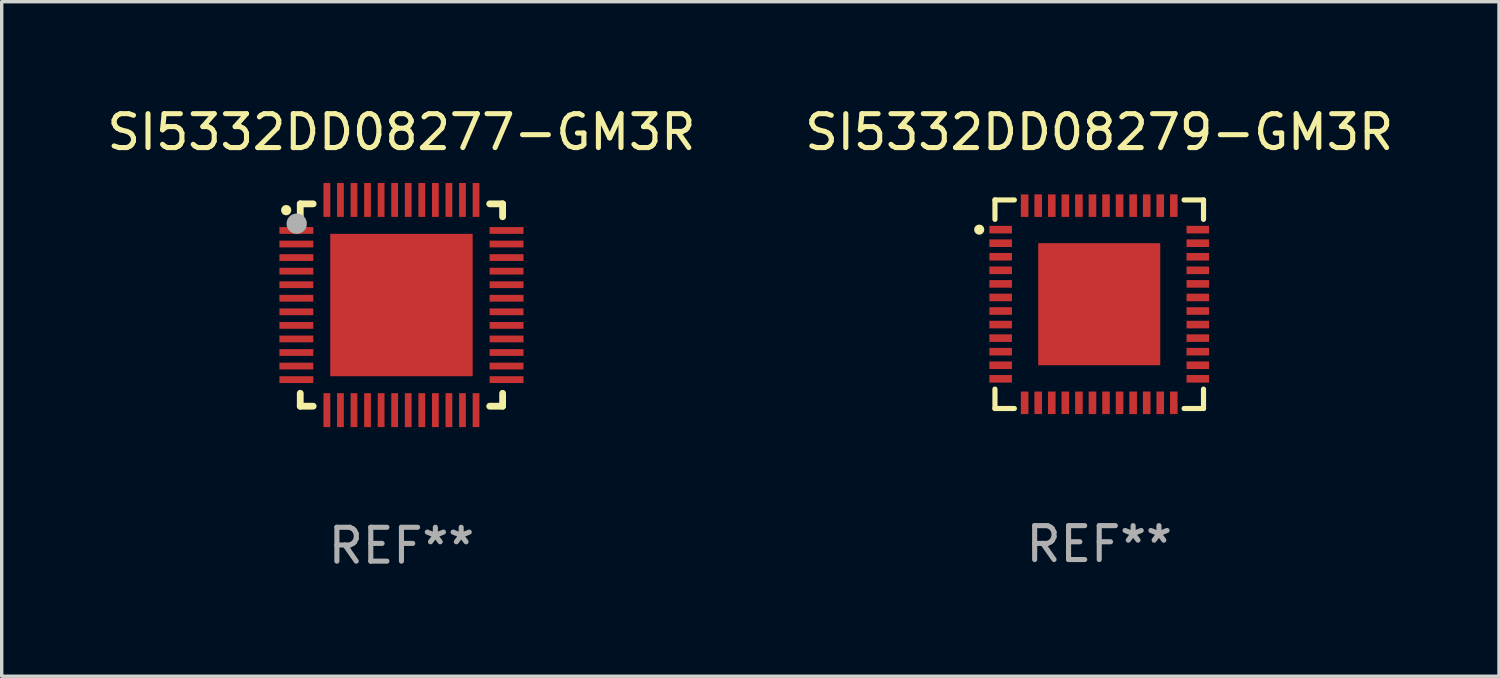
<source format=kicad_pcb>
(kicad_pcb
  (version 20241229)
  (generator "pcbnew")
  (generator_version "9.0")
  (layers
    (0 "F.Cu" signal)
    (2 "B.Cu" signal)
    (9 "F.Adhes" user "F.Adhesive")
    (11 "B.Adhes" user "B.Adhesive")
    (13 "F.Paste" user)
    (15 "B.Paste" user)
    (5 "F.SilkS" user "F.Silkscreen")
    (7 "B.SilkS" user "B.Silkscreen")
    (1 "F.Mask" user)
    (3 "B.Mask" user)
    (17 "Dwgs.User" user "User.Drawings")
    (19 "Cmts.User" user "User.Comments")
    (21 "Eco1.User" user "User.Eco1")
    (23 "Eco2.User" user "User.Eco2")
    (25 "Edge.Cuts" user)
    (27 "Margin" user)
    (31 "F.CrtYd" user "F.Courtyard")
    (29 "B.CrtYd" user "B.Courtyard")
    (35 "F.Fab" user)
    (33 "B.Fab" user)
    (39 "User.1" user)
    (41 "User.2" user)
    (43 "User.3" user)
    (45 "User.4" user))
  (footprint "SI5332DD08279-GM3R"
    (layer "F.Cu")
    (at 29.375 5.924)
    (property "Reference" "SI5332DD08279-GM3R" (at 0 -5.076 0) (layer "F.SilkS") (effects (font (size 1 1) (thickness 0.15))))
    (attr through_hole)
    (fp_line (start -3.076 -3.076) (end -3.076 -2.503) (stroke (width 0.152) (type solid)) (layer "F.SilkS"))
    (fp_line (start -3.076 3.076) (end -3.076 2.503) (stroke (width 0.152) (type solid)) (layer "F.SilkS"))
    (fp_line (start -2.503 -3.076) (end -3.076 -3.076) (stroke (width 0.152) (type solid)) (layer "F.SilkS"))
    (fp_line (start -2.503 3.076) (end -3.076 3.076) (stroke (width 0.152) (type solid)) (layer "F.SilkS"))
    (fp_line (start 2.503 -3.076) (end 3.076 -3.076) (stroke (width 0.152) (type solid)) (layer "F.SilkS"))
    (fp_line (start 2.503 3.076) (end 3.076 3.076) (stroke (width 0.152) (type solid)) (layer "F.SilkS"))
    (fp_line (start 3.076 -3.076) (end 3.076 -2.503) (stroke (width 0.152) (type solid)) (layer "F.SilkS"))
    (fp_line (start 3.076 3.076) (end 3.076 2.503) (stroke (width 0.152) (type solid)) (layer "F.SilkS"))
    (fp_circle (center -3.54 -2.2) (end -3.465 -2.2) (stroke (width 0.15) (type solid)) (fill no) (layer "F.SilkS"))
    (fp_text user "REF**" (at 0 7.076 0) (layer "F.Fab") (effects (font (size 1 1) (thickness 0.15))))
    (pad "1" smd rect (at -2.908 -2.2) (size 0.665 0.224) (layers "F.Cu" "F.Mask" "F.Paste"))
    (pad "2" smd rect (at -2.908 -1.8) (size 0.665 0.224) (layers "F.Cu" "F.Mask" "F.Paste"))
    (pad "3" smd rect (at -2.908 -1.4) (size 0.665 0.224) (layers "F.Cu" "F.Mask" "F.Paste"))
    (pad "4" smd rect (at -2.908 -1) (size 0.665 0.224) (layers "F.Cu" "F.Mask" "F.Paste"))
    (pad "5" smd rect (at -2.908 -0.6) (size 0.665 0.224) (layers "F.Cu" "F.Mask" "F.Paste"))
    (pad "6" smd rect (at -2.908 -0.2) (size 0.665 0.224) (layers "F.Cu" "F.Mask" "F.Paste"))
    (pad "7" smd rect (at -2.908 0.2) (size 0.665 0.224) (layers "F.Cu" "F.Mask" "F.Paste"))
    (pad "8" smd rect (at -2.908 0.6) (size 0.665 0.224) (layers "F.Cu" "F.Mask" "F.Paste"))
    (pad "9" smd rect (at -2.908 1) (size 0.665 0.224) (layers "F.Cu" "F.Mask" "F.Paste"))
    (pad "10" smd rect (at -2.908 1.4) (size 0.665 0.224) (layers "F.Cu" "F.Mask" "F.Paste"))
    (pad "11" smd rect (at -2.908 1.8) (size 0.665 0.224) (layers "F.Cu" "F.Mask" "F.Paste"))
    (pad "12" smd rect (at -2.908 2.2) (size 0.665 0.224) (layers "F.Cu" "F.Mask" "F.Paste"))
    (pad "13" smd rect (at -2.2 2.908) (size 0.224 0.665) (layers "F.Cu" "F.Mask" "F.Paste"))
    (pad "14" smd rect (at -1.8 2.908) (size 0.224 0.665) (layers "F.Cu" "F.Mask" "F.Paste"))
    (pad "15" smd rect (at -1.4 2.908) (size 0.224 0.665) (layers "F.Cu" "F.Mask" "F.Paste"))
    (pad "16" smd rect (at -1 2.908) (size 0.224 0.665) (layers "F.Cu" "F.Mask" "F.Paste"))
    (pad "17" smd rect (at -0.6 2.908) (size 0.224 0.665) (layers "F.Cu" "F.Mask" "F.Paste"))
    (pad "18" smd rect (at -0.2 2.908) (size 0.224 0.665) (layers "F.Cu" "F.Mask" "F.Paste"))
    (pad "19" smd rect (at 0.2 2.908) (size 0.224 0.665) (layers "F.Cu" "F.Mask" "F.Paste"))
    (pad "20" smd rect (at 0.6 2.908) (size 0.224 0.665) (layers "F.Cu" "F.Mask" "F.Paste"))
    (pad "21" smd rect (at 1 2.908) (size 0.224 0.665) (layers "F.Cu" "F.Mask" "F.Paste"))
    (pad "22" smd rect (at 1.4 2.908) (size 0.224 0.665) (layers "F.Cu" "F.Mask" "F.Paste"))
    (pad "23" smd rect (at 1.8 2.908) (size 0.224 0.665) (layers "F.Cu" "F.Mask" "F.Paste"))
    (pad "24" smd rect (at 2.2 2.908) (size 0.224 0.665) (layers "F.Cu" "F.Mask" "F.Paste"))
    (pad "25" smd rect (at 2.908 2.2) (size 0.665 0.224) (layers "F.Cu" "F.Mask" "F.Paste"))
    (pad "26" smd rect (at 2.908 1.8) (size 0.665 0.224) (layers "F.Cu" "F.Mask" "F.Paste"))
    (pad "27" smd rect (at 2.908 1.4) (size 0.665 0.224) (layers "F.Cu" "F.Mask" "F.Paste"))
    (pad "28" smd rect (at 2.908 1) (size 0.665 0.224) (layers "F.Cu" "F.Mask" "F.Paste"))
    (pad "29" smd rect (at 2.908 0.6) (size 0.665 0.224) (layers "F.Cu" "F.Mask" "F.Paste"))
    (pad "30" smd rect (at 2.908 0.2) (size 0.665 0.224) (layers "F.Cu" "F.Mask" "F.Paste"))
    (pad "31" smd rect (at 2.908 -0.2) (size 0.665 0.224) (layers "F.Cu" "F.Mask" "F.Paste"))
    (pad "32" smd rect (at 2.908 -0.6) (size 0.665 0.224) (layers "F.Cu" "F.Mask" "F.Paste"))
    (pad "33" smd rect (at 2.908 -1) (size 0.665 0.224) (layers "F.Cu" "F.Mask" "F.Paste"))
    (pad "34" smd rect (at 2.908 -1.4) (size 0.665 0.224) (layers "F.Cu" "F.Mask" "F.Paste"))
    (pad "35" smd rect (at 2.908 -1.8) (size 0.665 0.224) (layers "F.Cu" "F.Mask" "F.Paste"))
    (pad "36" smd rect (at 2.908 -2.2) (size 0.665 0.224) (layers "F.Cu" "F.Mask" "F.Paste"))
    (pad "37" smd rect (at 2.2 -2.908) (size 0.224 0.665) (layers "F.Cu" "F.Mask" "F.Paste"))
    (pad "38" smd rect (at 1.8 -2.908) (size 0.224 0.665) (layers "F.Cu" "F.Mask" "F.Paste"))
    (pad "39" smd rect (at 1.4 -2.908) (size 0.224 0.665) (layers "F.Cu" "F.Mask" "F.Paste"))
    (pad "40" smd rect (at 1 -2.908) (size 0.224 0.665) (layers "F.Cu" "F.Mask" "F.Paste"))
    (pad "41" smd rect (at 0.6 -2.908) (size 0.224 0.665) (layers "F.Cu" "F.Mask" "F.Paste"))
    (pad "42" smd rect (at 0.2 -2.908) (size 0.224 0.665) (layers "F.Cu" "F.Mask" "F.Paste"))
    (pad "43" smd rect (at -0.2 -2.908) (size 0.224 0.665) (layers "F.Cu" "F.Mask" "F.Paste"))
    (pad "44" smd rect (at -0.6 -2.908) (size 0.224 0.665) (layers "F.Cu" "F.Mask" "F.Paste"))
    (pad "45" smd rect (at -1 -2.908) (size 0.224 0.665) (layers "F.Cu" "F.Mask" "F.Paste"))
    (pad "46" smd rect (at -1.4 -2.908) (size 0.224 0.665) (layers "F.Cu" "F.Mask" "F.Paste"))
    (pad "47" smd rect (at -1.8 -2.908) (size 0.224 0.665) (layers "F.Cu" "F.Mask" "F.Paste"))
    (pad "48" smd rect (at -2.2 -2.908) (size 0.224 0.665) (layers "F.Cu" "F.Mask" "F.Paste"))
    (pad "49" smd rect (at 0 0) (size 3.6 3.6) (layers "F.Cu" "F.Mask" "F.Paste")))
  (footprint "SI5332DD08277-GM3R"
    (layer "F.Cu")
    (at 8.792 5.948)
    (property "Reference" "SI5332DD08277-GM3R" (at 0 -5.1 0) (layer "F.SilkS") (effects (font (size 1 1) (thickness 0.15))))
    (attr through_hole)
    (fp_line (start -2.985 -2.985) (end -2.604 -2.985) (stroke (width 0.2) (type solid)) (layer "F.SilkS"))
    (fp_line (start -2.985 -2.604) (end -2.985 -2.985) (stroke (width 0.2) (type solid)) (layer "F.SilkS"))
    (fp_line (start -2.985 2.984) (end -2.985 2.603) (stroke (width 0.2) (type solid)) (layer "F.SilkS"))
    (fp_line (start -2.604 2.984) (end -2.985 2.984) (stroke (width 0.2) (type solid)) (layer "F.SilkS"))
    (fp_line (start 2.603 -2.985) (end 2.984 -2.985) (stroke (width 0.2) (type solid)) (layer "F.SilkS"))
    (fp_line (start 2.984 -2.985) (end 2.984 -2.604) (stroke (width 0.2) (type solid)) (layer "F.SilkS"))
    (fp_line (start 2.984 2.603) (end 2.984 2.984) (stroke (width 0.2) (type solid)) (layer "F.SilkS"))
    (fp_line (start 2.984 2.984) (end 2.603 2.984) (stroke (width 0.2) (type solid)) (layer "F.SilkS"))
    (fp_arc (start -3.400076 -2.797562) (mid -3.400081 -2.798806) (end -3.400076 -2.800051) (stroke (width 0.3) (type solid)) (layer "F.SilkS"))
    (fp_circle (center -3 -3) (end -2.97 -3) (stroke (width 0.06) (type solid)) (fill no) (layer "F.SilkS"))
    (fp_circle (center -3.09 -2.4) (end -2.94 -2.4) (stroke (width 0.3) (type solid)) (fill no) (layer "F.Fab"))
    (fp_text user "REF**" (at 0 7.1 0) (layer "F.Fab") (effects (font (size 1 1) (thickness 0.15))))
    (pad "1" smd rect (at -3.1 -2.2) (size 1 0.2) (layers "F.Cu" "F.Mask" "F.Paste"))
    (pad "2" smd rect (at -3.1 -1.8) (size 1 0.2) (layers "F.Cu" "F.Mask" "F.Paste"))
    (pad "3" smd rect (at -3.1 -1.4) (size 1 0.2) (layers "F.Cu" "F.Mask" "F.Paste"))
    (pad "4" smd rect (at -3.1 -1) (size 1 0.2) (layers "F.Cu" "F.Mask" "F.Paste"))
    (pad "5" smd rect (at -3.1 -0.6) (size 1 0.2) (layers "F.Cu" "F.Mask" "F.Paste"))
    (pad "6" smd rect (at -3.1 -0.2) (size 1 0.2) (layers "F.Cu" "F.Mask" "F.Paste"))
    (pad "7" smd rect (at -3.1 0.2) (size 1 0.2) (layers "F.Cu" "F.Mask" "F.Paste"))
    (pad "8" smd rect (at -3.1 0.6) (size 1 0.2) (layers "F.Cu" "F.Mask" "F.Paste"))
    (pad "9" smd rect (at -3.1 1) (size 1 0.2) (layers "F.Cu" "F.Mask" "F.Paste"))
    (pad "10" smd rect (at -3.1 1.4) (size 1 0.2) (layers "F.Cu" "F.Mask" "F.Paste"))
    (pad "11" smd rect (at -3.1 1.8) (size 1 0.2) (layers "F.Cu" "F.Mask" "F.Paste"))
    (pad "12" smd rect (at -3.1 2.2) (size 1 0.2) (layers "F.Cu" "F.Mask" "F.Paste"))
    (pad "13" smd rect (at -2.2 3.1) (size 0.2 1) (layers "F.Cu" "F.Mask" "F.Paste"))
    (pad "14" smd rect (at -1.8 3.1) (size 0.2 1) (layers "F.Cu" "F.Mask" "F.Paste"))
    (pad "15" smd rect (at -1.4 3.1) (size 0.2 1) (layers "F.Cu" "F.Mask" "F.Paste"))
    (pad "16" smd rect (at -1 3.1) (size 0.2 1) (layers "F.Cu" "F.Mask" "F.Paste"))
    (pad "17" smd rect (at -0.6 3.1) (size 0.2 1) (layers "F.Cu" "F.Mask" "F.Paste"))
    (pad "18" smd rect (at -0.2 3.1) (size 0.2 1) (layers "F.Cu" "F.Mask" "F.Paste"))
    (pad "19" smd rect (at 0.2 3.1) (size 0.2 1) (layers "F.Cu" "F.Mask" "F.Paste"))
    (pad "20" smd rect (at 0.6 3.1) (size 0.2 1) (layers "F.Cu" "F.Mask" "F.Paste"))
    (pad "21" smd rect (at 1 3.1) (size 0.2 1) (layers "F.Cu" "F.Mask" "F.Paste"))
    (pad "22" smd rect (at 1.4 3.1) (size 0.2 1) (layers "F.Cu" "F.Mask" "F.Paste"))
    (pad "23" smd rect (at 1.8 3.1) (size 0.2 1) (layers "F.Cu" "F.Mask" "F.Paste"))
    (pad "24" smd rect (at 2.2 3.1) (size 0.2 1) (layers "F.Cu" "F.Mask" "F.Paste"))
    (pad "25" smd rect (at 3.1 2.2) (size 1 0.2) (layers "F.Cu" "F.Mask" "F.Paste"))
    (pad "26" smd rect (at 3.1 1.8) (size 1 0.2) (layers "F.Cu" "F.Mask" "F.Paste"))
    (pad "27" smd rect (at 3.1 1.4) (size 1 0.2) (layers "F.Cu" "F.Mask" "F.Paste"))
    (pad "28" smd rect (at 3.1 1) (size 1 0.2) (layers "F.Cu" "F.Mask" "F.Paste"))
    (pad "29" smd rect (at 3.1 0.6) (size 1 0.2) (layers "F.Cu" "F.Mask" "F.Paste"))
    (pad "30" smd rect (at 3.1 0.2) (size 1 0.2) (layers "F.Cu" "F.Mask" "F.Paste"))
    (pad "31" smd rect (at 3.1 -0.2) (size 1 0.2) (layers "F.Cu" "F.Mask" "F.Paste"))
    (pad "32" smd rect (at 3.1 -0.6) (size 1 0.2) (layers "F.Cu" "F.Mask" "F.Paste"))
    (pad "33" smd rect (at 3.1 -1) (size 1 0.2) (layers "F.Cu" "F.Mask" "F.Paste"))
    (pad "34" smd rect (at 3.1 -1.4) (size 1 0.2) (layers "F.Cu" "F.Mask" "F.Paste"))
    (pad "35" smd rect (at 3.1 -1.8) (size 1 0.2) (layers "F.Cu" "F.Mask" "F.Paste"))
    (pad "36" smd rect (at 3.1 -2.2) (size 1 0.2) (layers "F.Cu" "F.Mask" "F.Paste"))
    (pad "37" smd rect (at 2.2 -3.1) (size 0.2 1) (layers "F.Cu" "F.Mask" "F.Paste"))
    (pad "38" smd rect (at 1.8 -3.1) (size 0.2 1) (layers "F.Cu" "F.Mask" "F.Paste"))
    (pad "39" smd rect (at 1.4 -3.1) (size 0.2 1) (layers "F.Cu" "F.Mask" "F.Paste"))
    (pad "40" smd rect (at 1 -3.1) (size 0.2 1) (layers "F.Cu" "F.Mask" "F.Paste"))
    (pad "41" smd rect (at 0.6 -3.1) (size 0.2 1) (layers "F.Cu" "F.Mask" "F.Paste"))
    (pad "42" smd rect (at 0.2 -3.1) (size 0.2 1) (layers "F.Cu" "F.Mask" "F.Paste"))
    (pad "43" smd rect (at -0.2 -3.1) (size 0.2 1) (layers "F.Cu" "F.Mask" "F.Paste"))
    (pad "44" smd rect (at -0.6 -3.1) (size 0.2 1) (layers "F.Cu" "F.Mask" "F.Paste"))
    (pad "45" smd rect (at -1 -3.1) (size 0.2 1) (layers "F.Cu" "F.Mask" "F.Paste"))
    (pad "46" smd rect (at -1.4 -3.1) (size 0.2 1) (layers "F.Cu" "F.Mask" "F.Paste"))
    (pad "47" smd rect (at -1.8 -3.1) (size 0.2 1) (layers "F.Cu" "F.Mask" "F.Paste"))
    (pad "48" smd rect (at -2.2 -3.1) (size 0.2 1) (layers "F.Cu" "F.Mask" "F.Paste"))
    (pad "49" smd rect (at -0.000127 0) (size 4.2 4.2) (layers "F.Cu" "F.Mask" "F.Paste")))
  (gr_rect
    (start -3 -3)
    (end 41.167 16.897)
    (stroke (width 0.1) (type default))
    (fill no)
    (layer "Edge.Cuts")))
</source>
